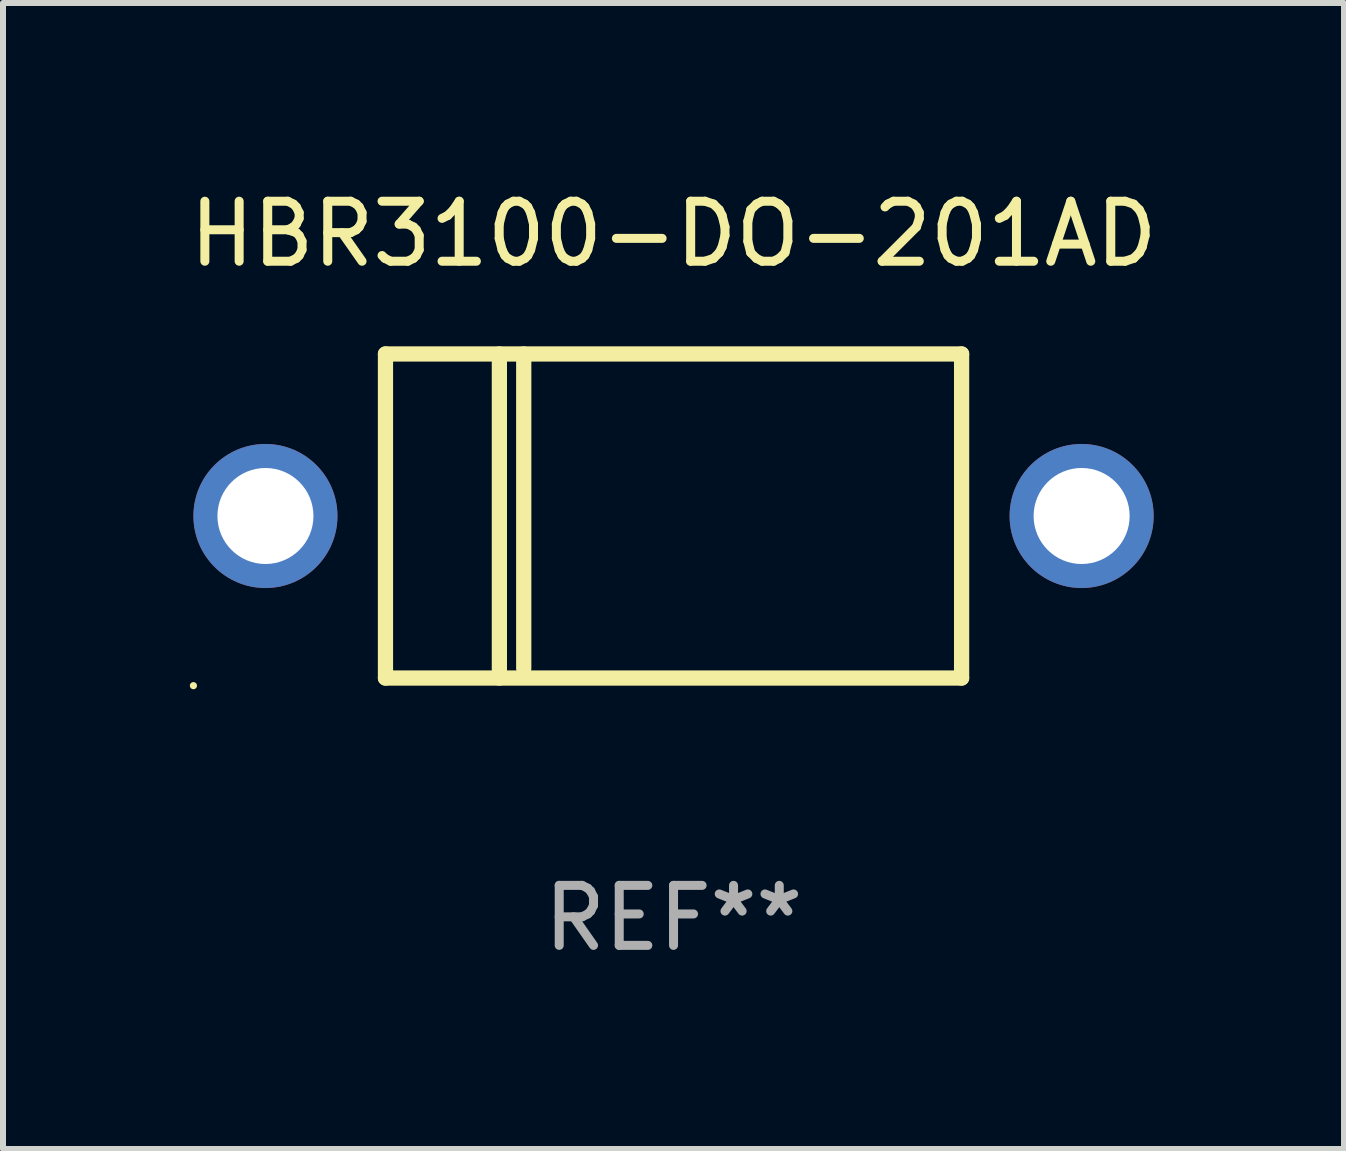
<source format=kicad_pcb>
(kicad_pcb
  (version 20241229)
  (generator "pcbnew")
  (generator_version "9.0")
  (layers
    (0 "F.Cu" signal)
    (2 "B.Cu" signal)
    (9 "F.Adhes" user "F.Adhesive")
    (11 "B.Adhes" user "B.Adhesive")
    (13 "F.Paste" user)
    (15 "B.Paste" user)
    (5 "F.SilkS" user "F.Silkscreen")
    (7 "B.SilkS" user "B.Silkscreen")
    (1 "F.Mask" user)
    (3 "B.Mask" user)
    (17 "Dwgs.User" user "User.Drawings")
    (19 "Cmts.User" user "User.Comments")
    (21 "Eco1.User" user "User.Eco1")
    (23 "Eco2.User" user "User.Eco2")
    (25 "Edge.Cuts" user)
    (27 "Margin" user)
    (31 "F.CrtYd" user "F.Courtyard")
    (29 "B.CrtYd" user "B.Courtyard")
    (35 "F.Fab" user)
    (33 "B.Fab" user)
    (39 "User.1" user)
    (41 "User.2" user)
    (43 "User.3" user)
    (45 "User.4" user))
  (footprint "HBR3100-DO-201AD"
    (layer "F.Cu")
    (at 8.173 5.548)
    (property "Reference" "HBR3100-DO-201AD" (at 0 -4.7 0) (layer "F.SilkS") (effects (font (size 1 1) (thickness 0.15))))
    (attr through_hole)
    (fp_line (start -4.8 -2.7) (end -4.8 2.7) (stroke (width 0.254) (type solid)) (layer "F.SilkS"))
    (fp_line (start -4.8 -2.7) (end 4.8 -2.7) (stroke (width 0.254) (type solid)) (layer "F.SilkS"))
    (fp_line (start -2.902 -2.7) (end -2.902 2.7) (stroke (width 0.254) (type solid)) (layer "F.SilkS"))
    (fp_line (start -2.496 -2.7) (end -2.496 2.54) (stroke (width 0.254) (type solid)) (layer "F.SilkS"))
    (fp_line (start 4.8 -2.7) (end 4.8 2.7) (stroke (width 0.254) (type solid)) (layer "F.SilkS"))
    (fp_line (start 4.8 2.7) (end -4.8 2.7) (stroke (width 0.254) (type solid)) (layer "F.SilkS"))
    (fp_circle (center -8 2.827) (end -7.97 2.827) (stroke (width 0.06) (type solid)) (fill no) (layer "F.SilkS"))
    (fp_text user "REF**" (at 0 6.7 0) (layer "F.Fab") (effects (font (size 1 1) (thickness 0.15))))
    (pad "1" thru_hole circle (at -6.8 0) (size 2.4 2.4) (drill 1.6) (layers "*.Cu" "*.Mask"))
    (pad "2" thru_hole circle (at 6.8 0) (size 2.4 2.4) (drill 1.6) (layers "*.Cu" "*.Mask")))
  (gr_rect
    (start -3 -3)
    (end 19.345 16.096)
    (stroke (width 0.1) (type default))
    (fill no)
    (layer "Edge.Cuts")))
</source>
